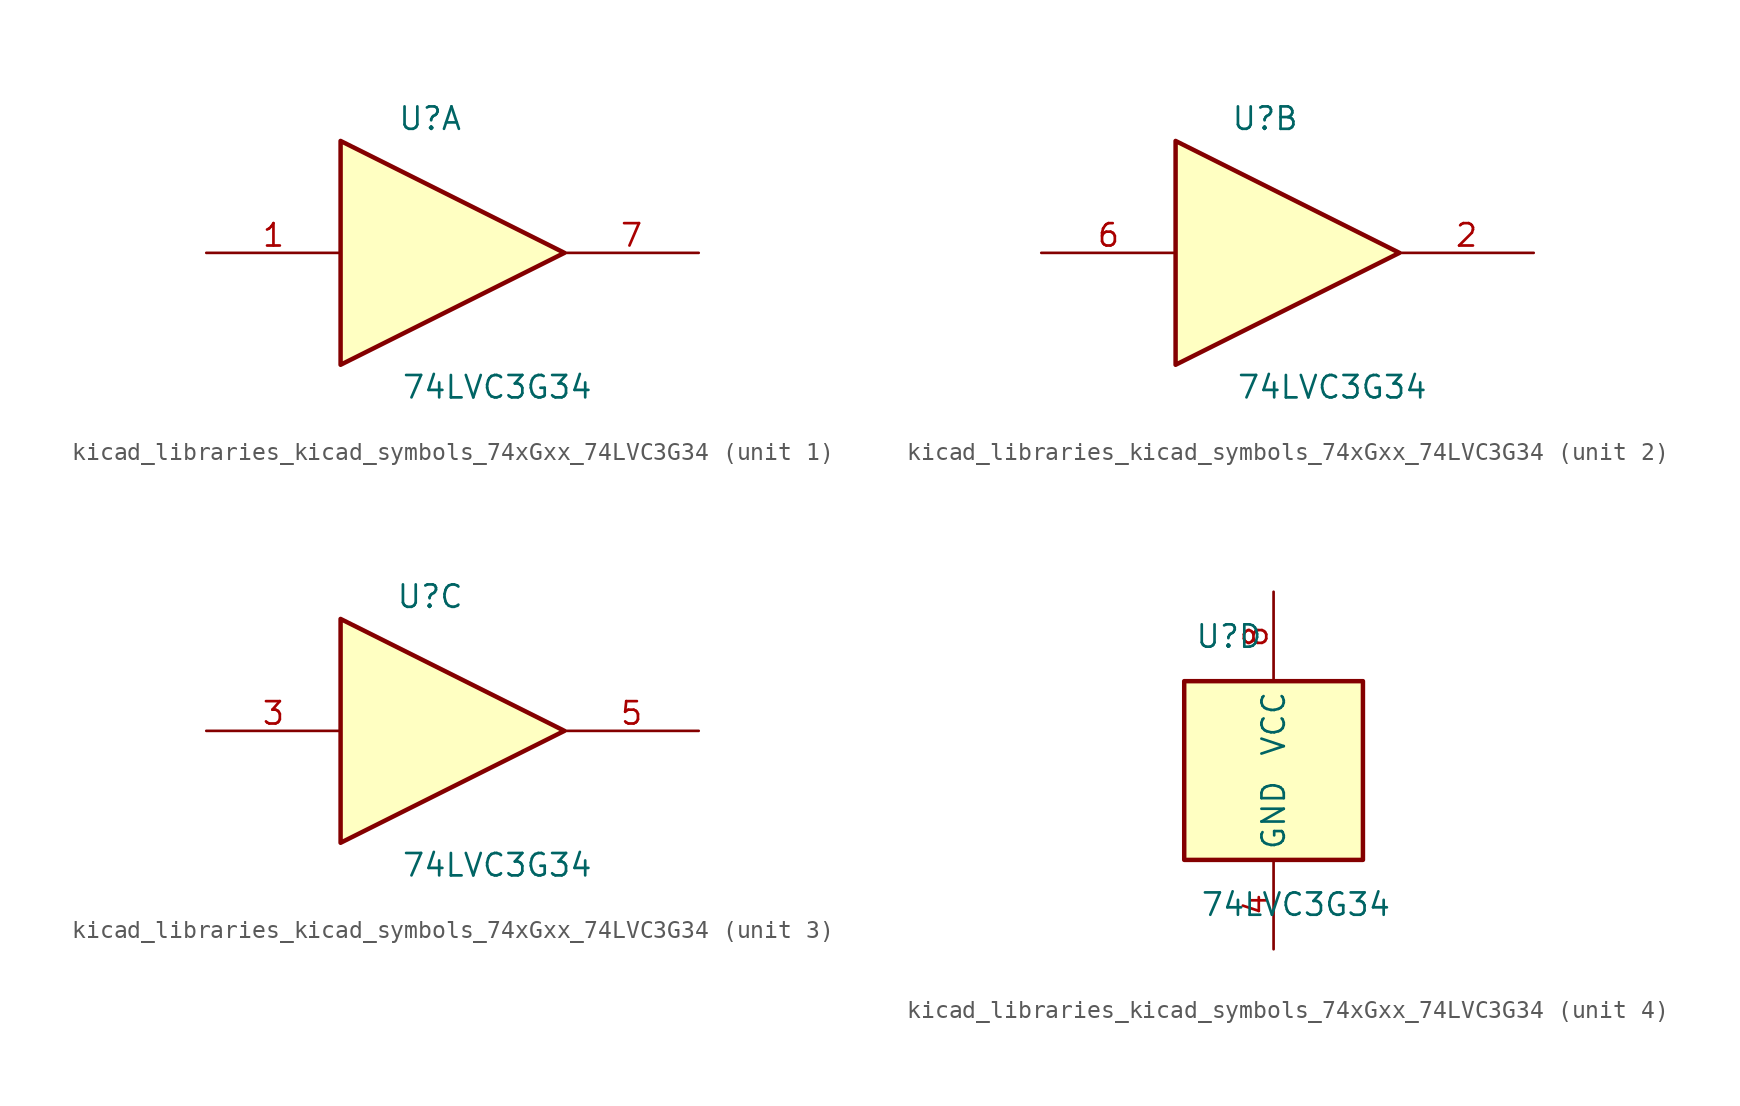
<source format=kicad_sym>
(kicad_symbol_lib
  (version 20220914)
  (generator kicad_symbol_editor)
  (symbol "kicad_libraries_kicad_symbols_74xGxx_74LVC3G34"
    (property "Reference" "U"
      (at -2.54 7.62 0)
      (effects (font (size 1.27 1.27))))
    (property "Value" "74LVC3G34"
      (at 1.27 -7.62 0)
      (effects (font (size 1.27 1.27))))
    (symbol "kicad_libraries_kicad_symbols_74xGxx_74LVC3G34_1_1"
      (polyline (pts (xy -7.62 6.35) (xy -7.62 -6.35) (xy 5.08 0) (xy -7.62 6.35)) (stroke (width 0.254) (type default)) (fill (type background)))
      (pin input line (at -15.24 0 0) (length 7.62) (name "~" (effects (font (size 1.27 1.27)))) (number "1" (effects (font (size 1.27 1.27)))))
      (pin output line (at 12.7 0 180) (length 7.62) (name "~" (effects (font (size 1.27 1.27)))) (number "7" (effects (font (size 1.27 1.27))))))
    (symbol "kicad_libraries_kicad_symbols_74xGxx_74LVC3G34_2_1"
      (polyline (pts (xy -7.62 6.35) (xy -7.62 -6.35) (xy 5.08 0) (xy -7.62 6.35)) (stroke (width 0.254) (type default)) (fill (type background)))
      (pin output line (at 12.7 0 180) (length 7.62) (name "~" (effects (font (size 1.27 1.27)))) (number "2" (effects (font (size 1.27 1.27)))))
      (pin input line (at -15.24 0 0) (length 7.62) (name "~" (effects (font (size 1.27 1.27)))) (number "6" (effects (font (size 1.27 1.27))))))
    (symbol "kicad_libraries_kicad_symbols_74xGxx_74LVC3G34_3_1"
      (polyline (pts (xy -7.62 6.35) (xy -7.62 -6.35) (xy 5.08 0) (xy -7.62 6.35)) (stroke (width 0.254) (type default)) (fill (type background)))
      (pin input line (at -15.24 0 0) (length 7.62) (name "~" (effects (font (size 1.27 1.27)))) (number "3" (effects (font (size 1.27 1.27)))))
      (pin output line (at 12.7 0 180) (length 7.62) (name "~" (effects (font (size 1.27 1.27)))) (number "5" (effects (font (size 1.27 1.27))))))
    (symbol "kicad_libraries_kicad_symbols_74xGxx_74LVC3G34_4_0"
      (rectangle (start -5.08 -5.08) (end 5.08 5.08) (stroke (width 0.254) (type default)) (fill (type background))))
    (symbol "kicad_libraries_kicad_symbols_74xGxx_74LVC3G34_4_1"
      (pin power_in line (at 0 -10.16 90) (length 5.08) (name "GND" (effects (font (size 1.27 1.27)))) (number "4" (effects (font (size 1.27 1.27)))))
      (pin power_in line (at 0 10.16 270) (length 5.08) (name "VCC" (effects (font (size 1.27 1.27)))) (number "8" (effects (font (size 1.27 1.27))))))))
</source>
